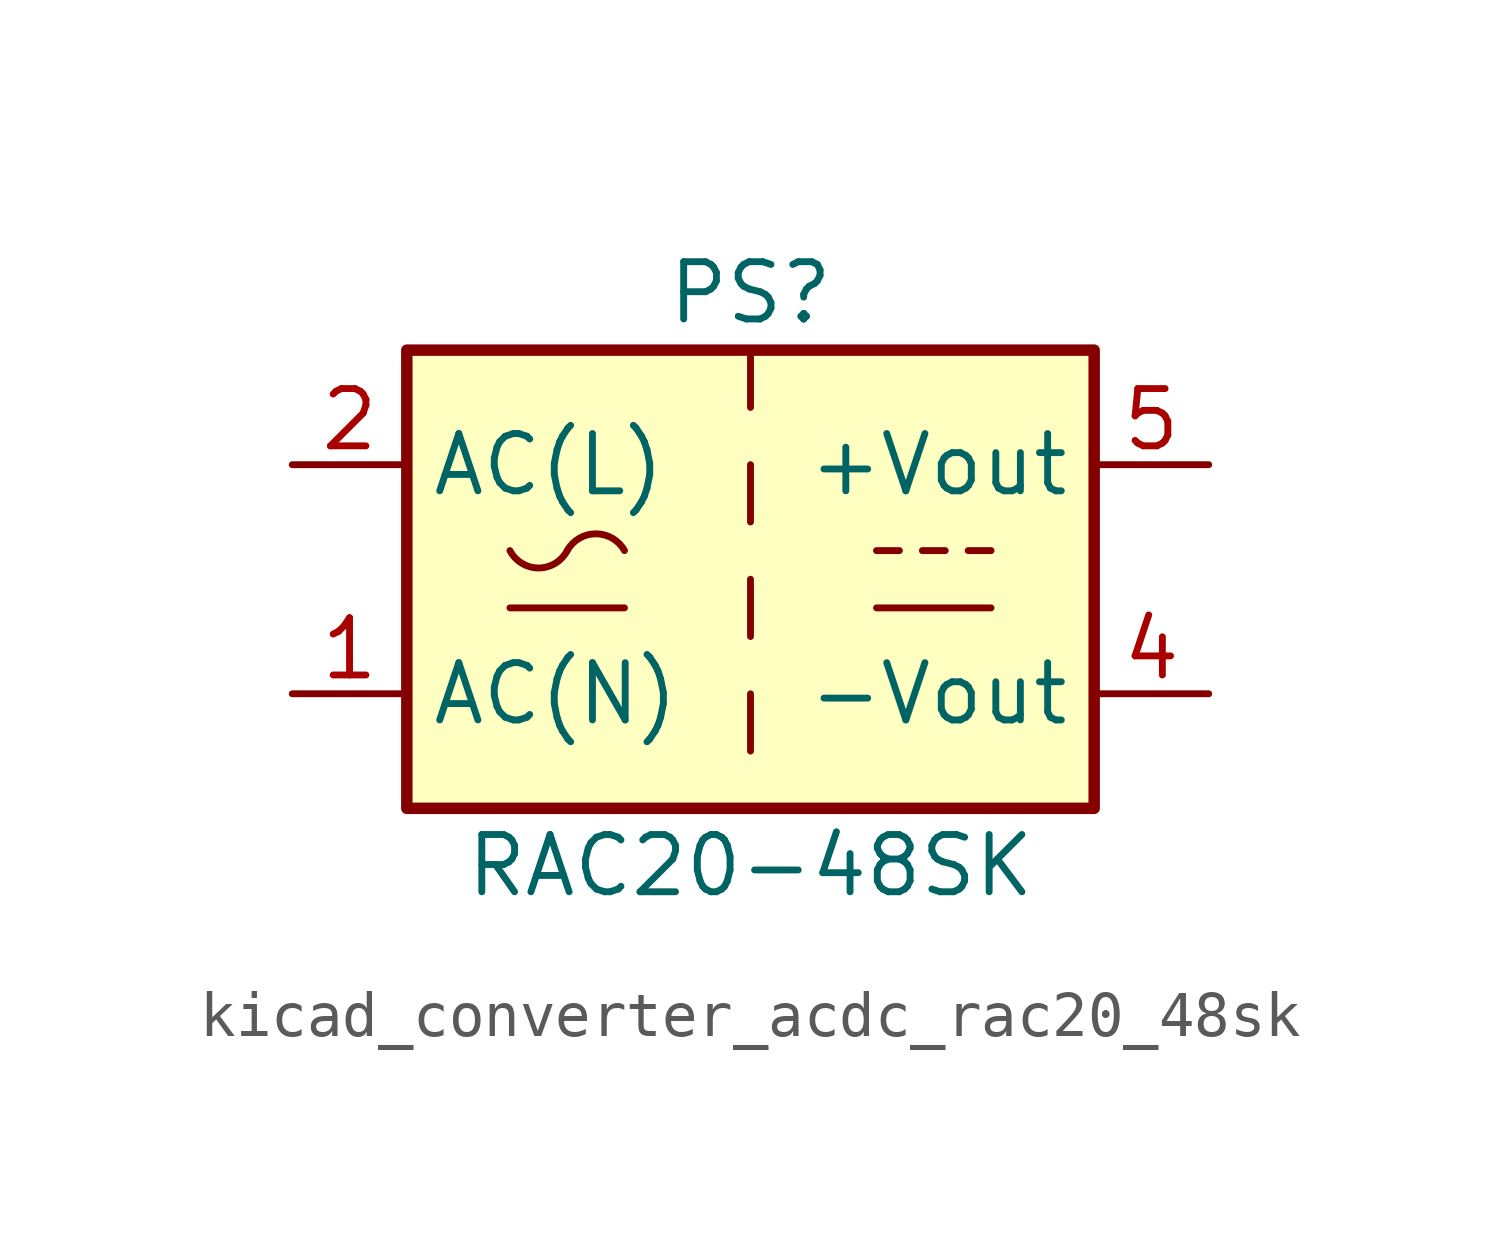
<source format=kicad_sym>
(kicad_symbol_lib
  (version 20220914)
  (generator kicad_symbol_editor)
  (symbol "kicad_converter_acdc_rac20_48sk"
    (property "Reference" "PS"
      (at 0 6.35 0)
      (effects (font (size 1.27 1.27))))
    (property "Value" "RAC20-48SK"
      (at 0 -6.35 0)
      (effects (font (size 1.27 1.27))))
    (symbol "kicad_converter_acdc_rac20_48sk_1_1"
      (rectangle (start -7.62 5.08) (end 7.62 -5.08) (stroke (width 0.254) (type default)) (fill (type background)))
      (arc (start -5.334 0.635) (mid -4.699 0.2495) (end -4.064 0.635) (stroke (width 0) (type default)) (fill (type none)))
      (arc (start -2.794 0.635) (mid -3.429 1.0072) (end -4.064 0.635) (stroke (width 0) (type default)) (fill (type none)))
      (polyline (pts (xy -5.334 -0.635) (xy -2.794 -0.635)) (stroke (width 0) (type default)) (fill (type none)))
      (polyline (pts (xy 0 -2.54) (xy 0 -3.81)) (stroke (width 0) (type default)) (fill (type none)))
      (polyline (pts (xy 0 0) (xy 0 -1.27)) (stroke (width 0) (type default)) (fill (type none)))
      (polyline (pts (xy 0 2.54) (xy 0 1.27)) (stroke (width 0) (type default)) (fill (type none)))
      (polyline (pts (xy 0 5.08) (xy 0 3.81)) (stroke (width 0) (type default)) (fill (type none)))
      (polyline (pts (xy 2.794 -0.635) (xy 5.334 -0.635)) (stroke (width 0) (type default)) (fill (type none)))
      (polyline (pts (xy 2.794 0.635) (xy 3.302 0.635)) (stroke (width 0) (type default)) (fill (type none)))
      (polyline (pts (xy 3.81 0.635) (xy 4.318 0.635)) (stroke (width 0) (type default)) (fill (type none)))
      (polyline (pts (xy 4.826 0.635) (xy 5.334 0.635)) (stroke (width 0) (type default)) (fill (type none)))
      (pin power_in line (at -10.16 -2.54 0) (length 2.54) (name "AC(N)" (effects (font (size 1.27 1.27)))) (number "1" (effects (font (size 1.27 1.27)))))
      (pin power_in line (at -10.16 2.54 0) (length 2.54) (name "AC(L)" (effects (font (size 1.27 1.27)))) (number "2" (effects (font (size 1.27 1.27)))))
      (pin power_out line (at 10.16 -2.54 180) (length 2.54) (name "-Vout" (effects (font (size 1.27 1.27)))) (number "4" (effects (font (size 1.27 1.27)))))
      (pin power_out line (at 10.16 2.54 180) (length 2.54) (name "+Vout" (effects (font (size 1.27 1.27)))) (number "5" (effects (font (size 1.27 1.27))))))))
</source>
